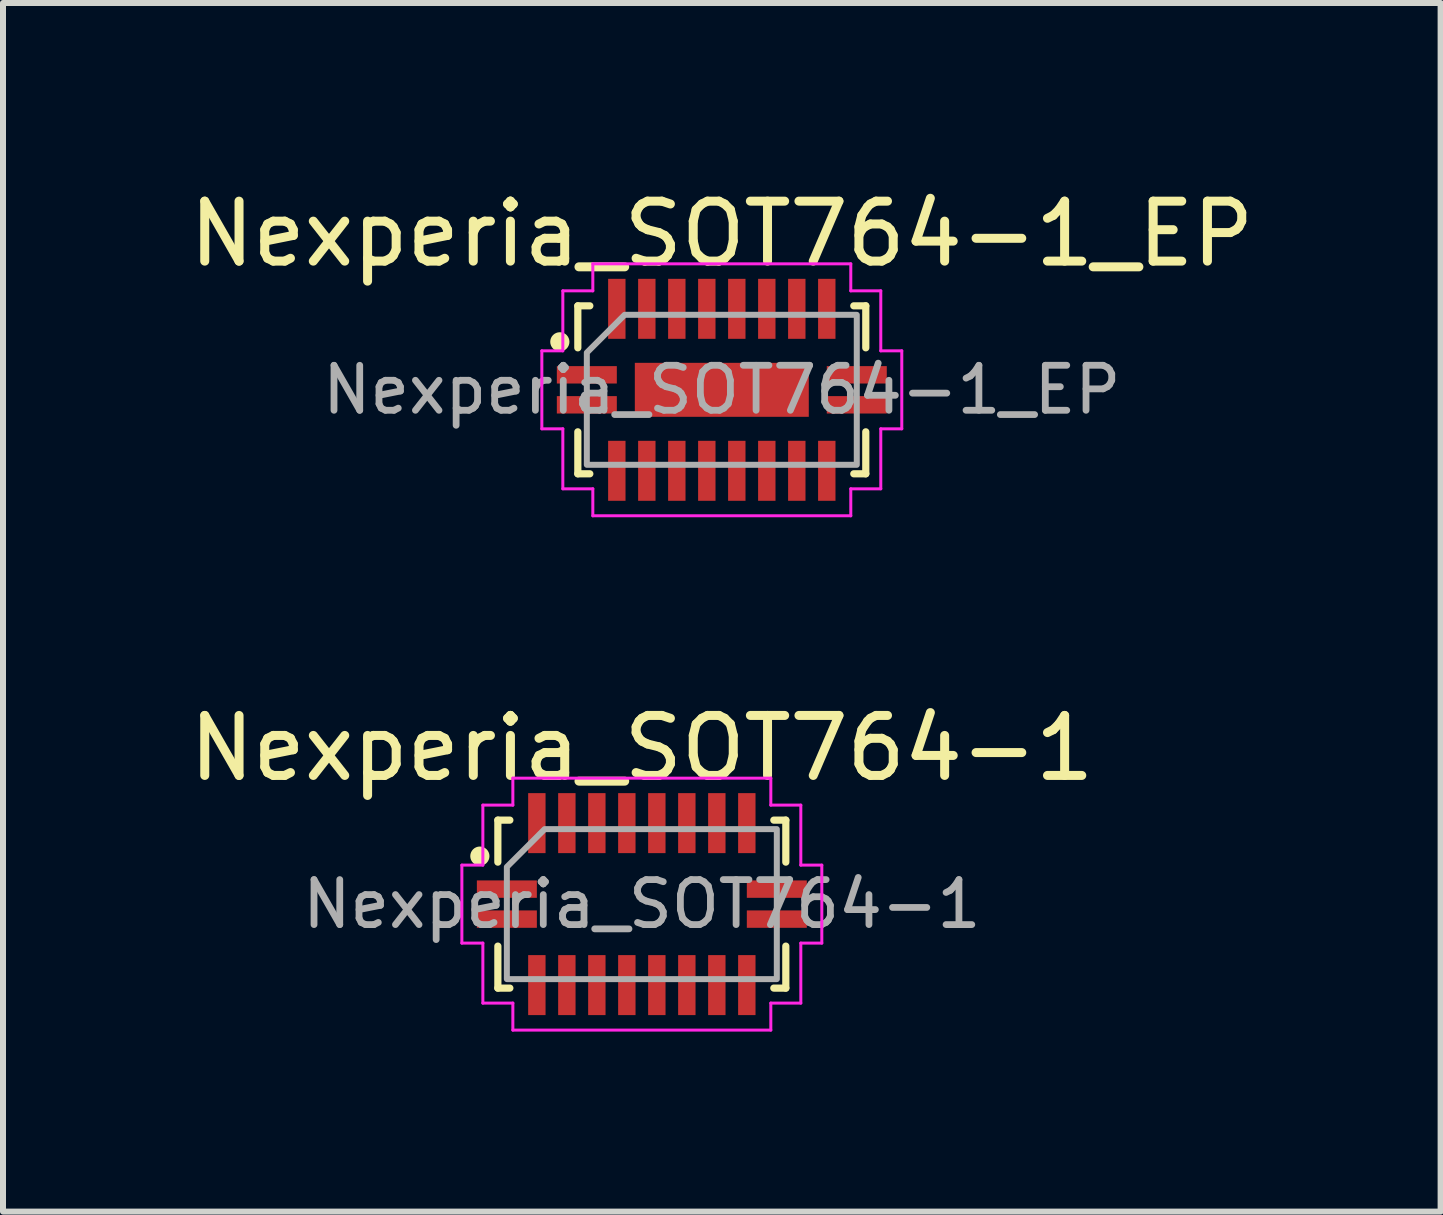
<source format=kicad_pcb>
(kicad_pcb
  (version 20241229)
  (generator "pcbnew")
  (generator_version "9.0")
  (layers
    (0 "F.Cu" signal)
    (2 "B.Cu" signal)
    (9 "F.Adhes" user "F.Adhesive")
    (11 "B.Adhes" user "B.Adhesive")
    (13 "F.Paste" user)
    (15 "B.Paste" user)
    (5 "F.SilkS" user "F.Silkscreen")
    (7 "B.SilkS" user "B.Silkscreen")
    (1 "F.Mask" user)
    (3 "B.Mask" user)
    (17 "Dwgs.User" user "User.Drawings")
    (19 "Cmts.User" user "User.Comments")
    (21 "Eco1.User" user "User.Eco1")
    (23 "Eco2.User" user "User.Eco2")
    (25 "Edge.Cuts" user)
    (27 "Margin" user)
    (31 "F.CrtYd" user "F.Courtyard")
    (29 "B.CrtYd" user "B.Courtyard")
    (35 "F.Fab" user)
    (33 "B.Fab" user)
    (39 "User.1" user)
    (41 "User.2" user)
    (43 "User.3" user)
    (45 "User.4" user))
  (footprint "Nexperia_SOT764-1"
    (layer "F.Cu")
    (at 7.649 12.021)
    (property "Reference" "Nexperia_SOT764-1" (at 0 -2.6 0) (unlocked yes) (layer "F.SilkS") (effects (font (size 1 1) (thickness 0.15))))
    (attr smd)
    (fp_line (start -2.4 -1.4) (end -2.2 -1.4) (stroke (width 0.12) (type solid)) (layer "F.SilkS"))
    (fp_line (start -2.4 -0.7) (end -2.4 -1.4) (stroke (width 0.12) (type solid)) (layer "F.SilkS"))
    (fp_line (start -2.4 1.4) (end -2.4 0.7) (stroke (width 0.12) (type solid)) (layer "F.SilkS"))
    (fp_line (start -2.2 1.4) (end -2.4 1.4) (stroke (width 0.12) (type solid)) (layer "F.SilkS"))
    (fp_line (start 2.2 -1.4) (end 2.4 -1.4) (stroke (width 0.12) (type solid)) (layer "F.SilkS"))
    (fp_line (start 2.2 1.4) (end 2.4 1.4) (stroke (width 0.12) (type solid)) (layer "F.SilkS"))
    (fp_line (start 2.4 -1.4) (end 2.4 -0.7) (stroke (width 0.12) (type solid)) (layer "F.SilkS"))
    (fp_line (start 2.4 1.4) (end 2.4 0.7) (stroke (width 0.12) (type solid)) (layer "F.SilkS"))
    (fp_circle (center -2.7 -0.8) (end -2.6 -0.8) (stroke (width 0.12) (type solid)) (fill yes) (layer "F.SilkS"))
    (fp_line (start -3 -0.65) (end -2.65 -0.65) (stroke (width 0.05) (type solid)) (layer "F.CrtYd"))
    (fp_line (start -3 0.65) (end -3 -0.65) (stroke (width 0.05) (type solid)) (layer "F.CrtYd"))
    (fp_line (start -2.65 -1.65) (end -2.15 -1.65) (stroke (width 0.05) (type solid)) (layer "F.CrtYd"))
    (fp_line (start -2.65 -0.65) (end -2.65 -1.65) (stroke (width 0.05) (type solid)) (layer "F.CrtYd"))
    (fp_line (start -2.65 0.65) (end -3 0.65) (stroke (width 0.05) (type solid)) (layer "F.CrtYd"))
    (fp_line (start -2.65 1.65) (end -2.65 0.65) (stroke (width 0.05) (type solid)) (layer "F.CrtYd"))
    (fp_line (start -2.15 -2.1) (end 2.15 -2.1) (stroke (width 0.05) (type solid)) (layer "F.CrtYd"))
    (fp_line (start -2.15 -1.65) (end -2.15 -2.1) (stroke (width 0.05) (type solid)) (layer "F.CrtYd"))
    (fp_line (start -2.15 1.65) (end -2.65 1.65) (stroke (width 0.05) (type solid)) (layer "F.CrtYd"))
    (fp_line (start -2.15 2.1) (end -2.15 1.65) (stroke (width 0.05) (type solid)) (layer "F.CrtYd"))
    (fp_line (start 2.15 -2.1) (end 2.15 -1.65) (stroke (width 0.05) (type solid)) (layer "F.CrtYd"))
    (fp_line (start 2.15 -1.65) (end 2.65 -1.65) (stroke (width 0.05) (type solid)) (layer "F.CrtYd"))
    (fp_line (start 2.15 1.65) (end 2.15 2.1) (stroke (width 0.05) (type solid)) (layer "F.CrtYd"))
    (fp_line (start 2.15 2.1) (end -2.15 2.1) (stroke (width 0.05) (type solid)) (layer "F.CrtYd"))
    (fp_line (start 2.65 -1.65) (end 2.65 -0.65) (stroke (width 0.05) (type solid)) (layer "F.CrtYd"))
    (fp_line (start 2.65 -0.65) (end 3 -0.65) (stroke (width 0.05) (type solid)) (layer "F.CrtYd"))
    (fp_line (start 2.65 0.65) (end 2.65 1.65) (stroke (width 0.05) (type solid)) (layer "F.CrtYd"))
    (fp_line (start 2.65 1.65) (end 2.15 1.65) (stroke (width 0.05) (type solid)) (layer "F.CrtYd"))
    (fp_line (start 3 -0.65) (end 3 0.65) (stroke (width 0.05) (type solid)) (layer "F.CrtYd"))
    (fp_line (start 3 0.65) (end 2.65 0.65) (stroke (width 0.05) (type solid)) (layer "F.CrtYd"))
    (fp_poly (pts (xy -2.25 -0.62) (xy -1.62 -1.25) (xy 2.25 -1.25) (xy 2.25 1.25) (xy -2.25 1.25)) (stroke (width 0.1) (type solid)) (fill no) (layer "F.Fab"))
    (fp_text user "${REFERENCE}" (at 0 0 0) (unlocked yes) (layer "F.Fab") (effects (font (size 0.75 0.75) (thickness 0.113))))
    (pad "1" smd rect (at -2.25 -0.25) (size 1 0.29) (layers "F.Cu" "F.Mask" "F.Paste"))
    (pad "2" smd rect (at -1.75 -1.35) (size 0.29 1) (layers "F.Cu" "F.Mask" "F.Paste"))
    (pad "3" smd rect (at -1.25 -1.35) (size 0.29 1) (layers "F.Cu" "F.Mask" "F.Paste"))
    (pad "4" smd rect (at -0.75 -1.35) (size 0.29 1) (layers "F.Cu" "F.Mask" "F.Paste"))
    (pad "5" smd rect (at -0.25 -1.35) (size 0.29 1) (layers "F.Cu" "F.Mask" "F.Paste"))
    (pad "6" smd rect (at 0.25 -1.35) (size 0.29 1) (layers "F.Cu" "F.Mask" "F.Paste"))
    (pad "7" smd rect (at 0.75 -1.35) (size 0.29 1) (layers "F.Cu" "F.Mask" "F.Paste"))
    (pad "8" smd rect (at 1.25 -1.35) (size 0.29 1) (layers "F.Cu" "F.Mask" "F.Paste"))
    (pad "9" smd rect (at 1.75 -1.35) (size 0.29 1) (layers "F.Cu" "F.Mask" "F.Paste"))
    (pad "10" smd rect (at 2.25 -0.25) (size 1 0.29) (layers "F.Cu" "F.Mask" "F.Paste"))
    (pad "11" smd rect (at 2.25 0.25) (size 1 0.29) (layers "F.Cu" "F.Mask" "F.Paste"))
    (pad "12" smd rect (at 1.75 1.35) (size 0.29 1) (layers "F.Cu" "F.Mask" "F.Paste"))
    (pad "13" smd rect (at 1.25 1.35) (size 0.29 1) (layers "F.Cu" "F.Mask" "F.Paste"))
    (pad "14" smd rect (at 0.75 1.35) (size 0.29 1) (layers "F.Cu" "F.Mask" "F.Paste"))
    (pad "15" smd rect (at 0.25 1.35) (size 0.29 1) (layers "F.Cu" "F.Mask" "F.Paste"))
    (pad "16" smd rect (at -0.25 1.35) (size 0.29 1) (layers "F.Cu" "F.Mask" "F.Paste"))
    (pad "17" smd rect (at -0.75 1.35) (size 0.29 1) (layers "F.Cu" "F.Mask" "F.Paste"))
    (pad "18" smd rect (at -1.25 1.35) (size 0.29 1) (layers "F.Cu" "F.Mask" "F.Paste"))
    (pad "19" smd rect (at -1.75 1.35) (size 0.29 1) (layers "F.Cu" "F.Mask" "F.Paste"))
    (pad "20" smd rect (at -2.25 0.25) (size 1 0.29) (layers "F.Cu" "F.Mask" "F.Paste")))
  (footprint "Nexperia_SOT764-1_EP"
    (layer "F.Cu")
    (at 8.982 3.448)
    (property "Reference" "Nexperia_SOT764-1_EP" (at 0 -2.6 0) (unlocked yes) (layer "F.SilkS") (effects (font (size 1 1) (thickness 0.15))))
    (attr smd)
    (fp_line (start -2.4 -1.4) (end -2.2 -1.4) (stroke (width 0.12) (type solid)) (layer "F.SilkS"))
    (fp_line (start -2.4 -0.7) (end -2.4 -1.4) (stroke (width 0.12) (type solid)) (layer "F.SilkS"))
    (fp_line (start -2.4 1.4) (end -2.4 0.7) (stroke (width 0.12) (type solid)) (layer "F.SilkS"))
    (fp_line (start -2.2 1.4) (end -2.4 1.4) (stroke (width 0.12) (type solid)) (layer "F.SilkS"))
    (fp_line (start 2.2 -1.4) (end 2.4 -1.4) (stroke (width 0.12) (type solid)) (layer "F.SilkS"))
    (fp_line (start 2.2 1.4) (end 2.4 1.4) (stroke (width 0.12) (type solid)) (layer "F.SilkS"))
    (fp_line (start 2.4 -1.4) (end 2.4 -0.7) (stroke (width 0.12) (type solid)) (layer "F.SilkS"))
    (fp_line (start 2.4 1.4) (end 2.4 0.7) (stroke (width 0.12) (type solid)) (layer "F.SilkS"))
    (fp_circle (center -2.7 -0.8) (end -2.6 -0.8) (stroke (width 0.12) (type solid)) (fill yes) (layer "F.SilkS"))
    (fp_line (start -3 -0.65) (end -2.65 -0.65) (stroke (width 0.05) (type solid)) (layer "F.CrtYd"))
    (fp_line (start -3 0.65) (end -3 -0.65) (stroke (width 0.05) (type solid)) (layer "F.CrtYd"))
    (fp_line (start -2.65 -1.65) (end -2.15 -1.65) (stroke (width 0.05) (type solid)) (layer "F.CrtYd"))
    (fp_line (start -2.65 -0.65) (end -2.65 -1.65) (stroke (width 0.05) (type solid)) (layer "F.CrtYd"))
    (fp_line (start -2.65 0.65) (end -3 0.65) (stroke (width 0.05) (type solid)) (layer "F.CrtYd"))
    (fp_line (start -2.65 1.65) (end -2.65 0.65) (stroke (width 0.05) (type solid)) (layer "F.CrtYd"))
    (fp_line (start -2.15 -2.1) (end 2.15 -2.1) (stroke (width 0.05) (type solid)) (layer "F.CrtYd"))
    (fp_line (start -2.15 -1.65) (end -2.15 -2.1) (stroke (width 0.05) (type solid)) (layer "F.CrtYd"))
    (fp_line (start -2.15 1.65) (end -2.65 1.65) (stroke (width 0.05) (type solid)) (layer "F.CrtYd"))
    (fp_line (start -2.15 2.1) (end -2.15 1.65) (stroke (width 0.05) (type solid)) (layer "F.CrtYd"))
    (fp_line (start 2.15 -2.1) (end 2.15 -1.65) (stroke (width 0.05) (type solid)) (layer "F.CrtYd"))
    (fp_line (start 2.15 -1.65) (end 2.65 -1.65) (stroke (width 0.05) (type solid)) (layer "F.CrtYd"))
    (fp_line (start 2.15 1.65) (end 2.15 2.1) (stroke (width 0.05) (type solid)) (layer "F.CrtYd"))
    (fp_line (start 2.15 2.1) (end -2.15 2.1) (stroke (width 0.05) (type solid)) (layer "F.CrtYd"))
    (fp_line (start 2.65 -1.65) (end 2.65 -0.65) (stroke (width 0.05) (type solid)) (layer "F.CrtYd"))
    (fp_line (start 2.65 -0.65) (end 3 -0.65) (stroke (width 0.05) (type solid)) (layer "F.CrtYd"))
    (fp_line (start 2.65 0.65) (end 2.65 1.65) (stroke (width 0.05) (type solid)) (layer "F.CrtYd"))
    (fp_line (start 2.65 1.65) (end 2.15 1.65) (stroke (width 0.05) (type solid)) (layer "F.CrtYd"))
    (fp_line (start 3 -0.65) (end 3 0.65) (stroke (width 0.05) (type solid)) (layer "F.CrtYd"))
    (fp_line (start 3 0.65) (end 2.65 0.65) (stroke (width 0.05) (type solid)) (layer "F.CrtYd"))
    (fp_poly (pts (xy -2.25 -0.62) (xy -1.62 -1.25) (xy 2.25 -1.25) (xy 2.25 1.25) (xy -2.25 1.25)) (stroke (width 0.1) (type solid)) (fill no) (layer "F.Fab"))
    (fp_text user "${REFERENCE}" (at 0 0 0) (unlocked yes) (layer "F.Fab") (effects (font (size 0.75 0.75) (thickness 0.113))))
    (pad "" smd rect (at -0.525 0) (size 0.7 0.45) (layers "F.Cu" "F.Paste"))
    (pad "" smd rect (at 0.525 0) (size 0.7 0.45) (layers "F.Cu" "F.Paste"))
    (pad "1" smd rect (at -2.25 -0.25) (size 1 0.29) (layers "F.Cu" "F.Mask" "F.Paste"))
    (pad "2" smd rect (at -1.75 -1.35) (size 0.29 1) (layers "F.Cu" "F.Mask" "F.Paste"))
    (pad "3" smd rect (at -1.25 -1.35) (size 0.29 1) (layers "F.Cu" "F.Mask" "F.Paste"))
    (pad "4" smd rect (at -0.75 -1.35) (size 0.29 1) (layers "F.Cu" "F.Mask" "F.Paste"))
    (pad "5" smd rect (at -0.25 -1.35) (size 0.29 1) (layers "F.Cu" "F.Mask" "F.Paste"))
    (pad "6" smd rect (at 0.25 -1.35) (size 0.29 1) (layers "F.Cu" "F.Mask" "F.Paste"))
    (pad "7" smd rect (at 0.75 -1.35) (size 0.29 1) (layers "F.Cu" "F.Mask" "F.Paste"))
    (pad "8" smd rect (at 1.25 -1.35) (size 0.29 1) (layers "F.Cu" "F.Mask" "F.Paste"))
    (pad "9" smd rect (at 1.75 -1.35) (size 0.29 1) (layers "F.Cu" "F.Mask" "F.Paste"))
    (pad "10" smd rect (at 2.25 -0.25) (size 1 0.29) (layers "F.Cu" "F.Mask" "F.Paste"))
    (pad "11" smd rect (at 2.25 0.25) (size 1 0.29) (layers "F.Cu" "F.Mask" "F.Paste"))
    (pad "12" smd rect (at 1.75 1.35) (size 0.29 1) (layers "F.Cu" "F.Mask" "F.Paste"))
    (pad "13" smd rect (at 1.25 1.35) (size 0.29 1) (layers "F.Cu" "F.Mask" "F.Paste"))
    (pad "14" smd rect (at 0.75 1.35) (size 0.29 1) (layers "F.Cu" "F.Mask" "F.Paste"))
    (pad "15" smd rect (at 0.25 1.35) (size 0.29 1) (layers "F.Cu" "F.Mask" "F.Paste"))
    (pad "16" smd rect (at -0.25 1.35) (size 0.29 1) (layers "F.Cu" "F.Mask" "F.Paste"))
    (pad "17" smd rect (at -0.75 1.35) (size 0.29 1) (layers "F.Cu" "F.Mask" "F.Paste"))
    (pad "18" smd rect (at -1.25 1.35) (size 0.29 1) (layers "F.Cu" "F.Mask" "F.Paste"))
    (pad "19" smd rect (at -1.75 1.35) (size 0.29 1) (layers "F.Cu" "F.Mask" "F.Paste"))
    (pad "20" smd rect (at -2.25 0.25) (size 1 0.29) (layers "F.Cu" "F.Mask" "F.Paste"))
    (pad "EP" smd rect (at 0 0) (size 2.9 0.9) (layers "F.Cu" "F.Mask")))
  (gr_rect
    (start -3 -3)
    (end 20.964 17.146)
    (stroke (width 0.1) (type default))
    (fill no)
    (layer "Edge.Cuts")))
</source>
